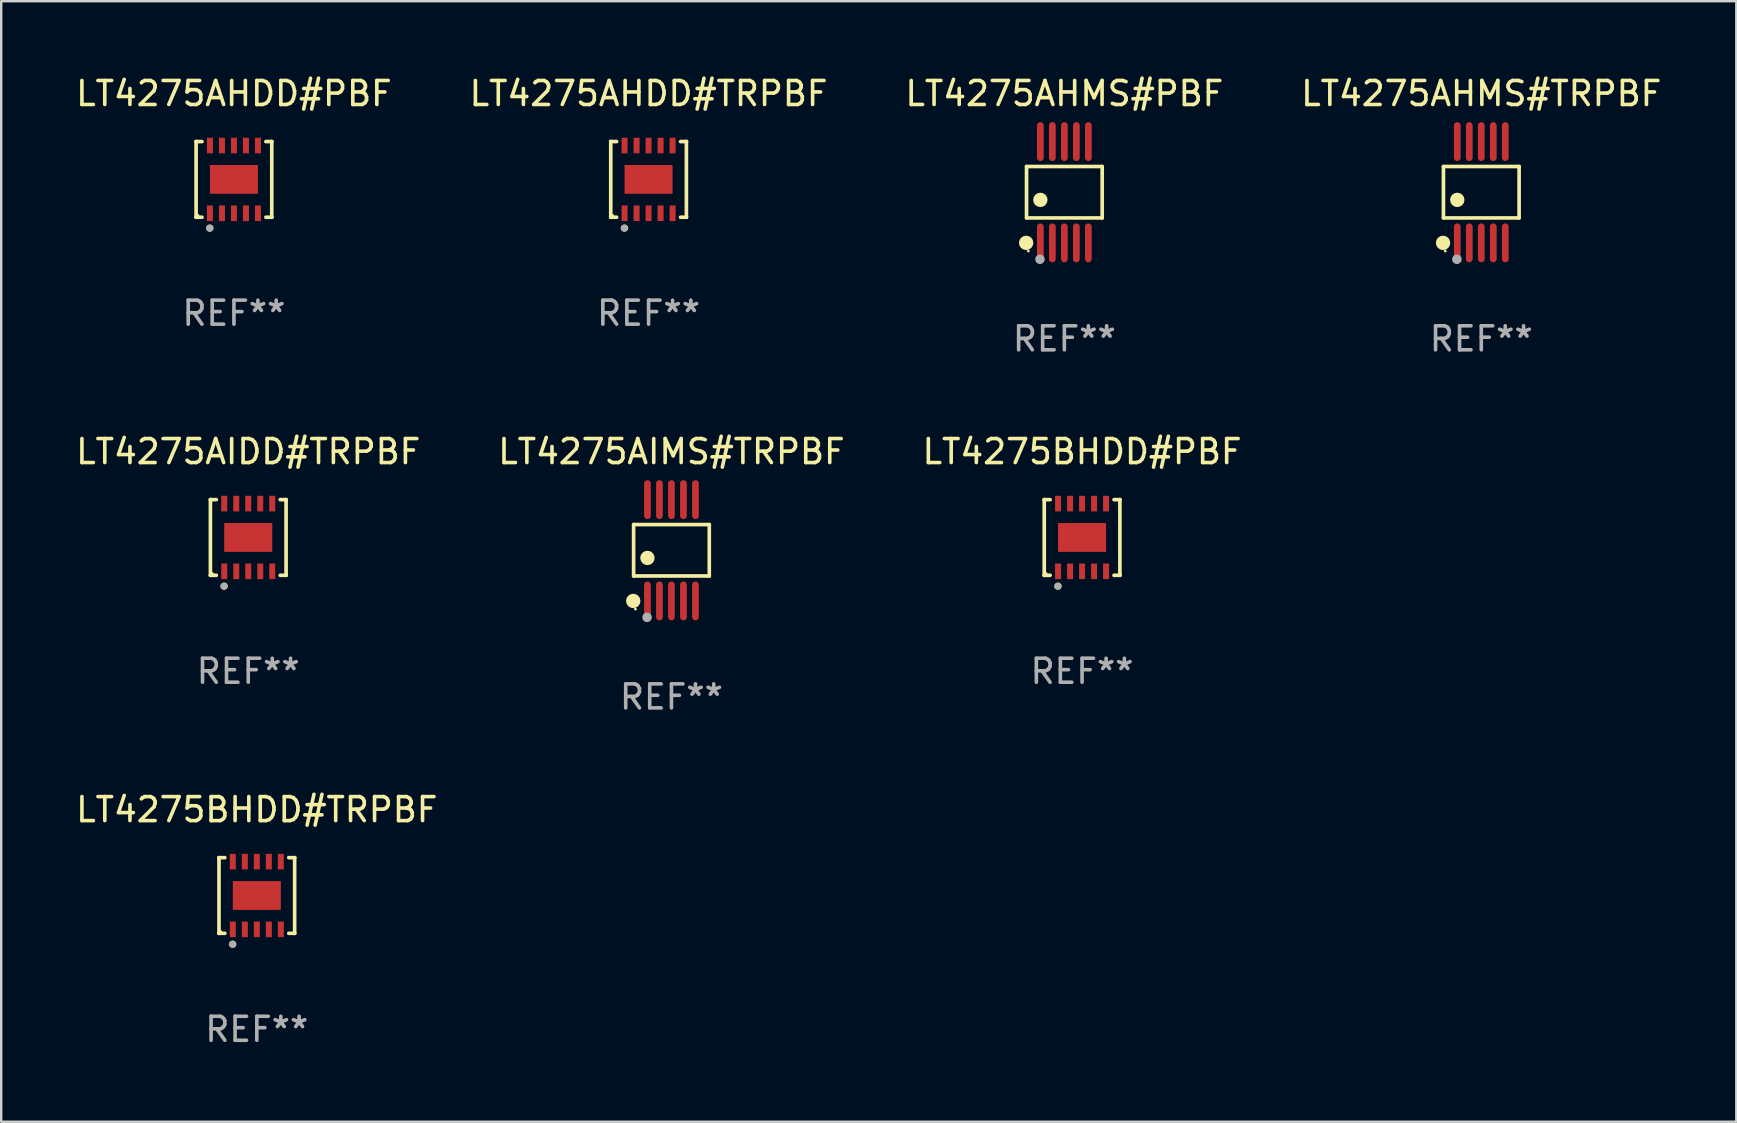
<source format=kicad_pcb>
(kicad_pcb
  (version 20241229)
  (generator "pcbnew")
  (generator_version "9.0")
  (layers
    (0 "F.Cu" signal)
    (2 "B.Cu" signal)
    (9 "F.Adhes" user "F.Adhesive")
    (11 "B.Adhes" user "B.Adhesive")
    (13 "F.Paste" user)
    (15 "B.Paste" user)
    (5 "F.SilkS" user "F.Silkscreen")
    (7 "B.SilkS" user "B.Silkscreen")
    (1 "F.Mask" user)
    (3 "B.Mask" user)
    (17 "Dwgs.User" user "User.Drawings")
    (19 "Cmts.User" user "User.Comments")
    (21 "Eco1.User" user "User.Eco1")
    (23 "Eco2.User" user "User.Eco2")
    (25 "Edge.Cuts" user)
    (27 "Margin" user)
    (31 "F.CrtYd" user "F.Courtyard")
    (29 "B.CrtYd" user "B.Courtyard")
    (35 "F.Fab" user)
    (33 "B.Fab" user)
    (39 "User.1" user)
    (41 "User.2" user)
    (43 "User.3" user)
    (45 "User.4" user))
  (footprint "LT4275AHMS#TRPBF"
    (layer "F.Cu")
    (at 58.661 4.958)
    (property "Reference" "LT4275AHMS#TRPBF" (at 0 -4.11 0) (layer "F.SilkS") (effects (font (size 1 1) (thickness 0.15))))
    (attr through_hole)
    (fp_line (start -1.576 -1.071) (end 1.576 -1.071) (stroke (width 0.152) (type solid)) (layer "F.SilkS"))
    (fp_line (start -1.576 1.071) (end -1.576 -1.071) (stroke (width 0.152) (type solid)) (layer "F.SilkS"))
    (fp_line (start 1.576 -1.071) (end 1.576 1.071) (stroke (width 0.152) (type solid)) (layer "F.SilkS"))
    (fp_line (start 1.576 1.071) (end -1.576 1.071) (stroke (width 0.152) (type solid)) (layer "F.SilkS"))
    (fp_circle (center -1.592 2.11) (end -1.442 2.11) (stroke (width 0.3) (type solid)) (fill no) (layer "F.SilkS"))
    (fp_circle (center -1.5 2.45) (end -1.47 2.45) (stroke (width 0.06) (type solid)) (fill no) (layer "F.SilkS"))
    (fp_circle (center -1 0.319) (end -0.85 0.319) (stroke (width 0.3) (type solid)) (fill no) (layer "F.SilkS"))
    (fp_circle (center -1.016 2.794) (end -0.916 2.794) (stroke (width 0.2) (type solid)) (fill no) (layer "F.Fab"))
    (fp_text user "REF**" (at 0 6.11 0) (layer "F.Fab") (effects (font (size 1 1) (thickness 0.15))))
    (pad "1" smd oval (at -1 2.11) (size 0.28 1.62) (layers "F.Cu" "F.Mask" "F.Paste"))
    (pad "2" smd oval (at -0.5 2.11) (size 0.28 1.62) (layers "F.Cu" "F.Mask" "F.Paste"))
    (pad "3" smd oval (at 0 2.11) (size 0.28 1.62) (layers "F.Cu" "F.Mask" "F.Paste"))
    (pad "4" smd oval (at 0.5 2.11) (size 0.28 1.62) (layers "F.Cu" "F.Mask" "F.Paste"))
    (pad "5" smd oval (at 1 2.11) (size 0.28 1.62) (layers "F.Cu" "F.Mask" "F.Paste"))
    (pad "6" smd oval (at 1 -2.11) (size 0.28 1.62) (layers "F.Cu" "F.Mask" "F.Paste"))
    (pad "7" smd oval (at 0.5 -2.11) (size 0.28 1.62) (layers "F.Cu" "F.Mask" "F.Paste"))
    (pad "8" smd oval (at 0 -2.11) (size 0.28 1.62) (layers "F.Cu" "F.Mask" "F.Paste"))
    (pad "9" smd oval (at -0.5 -2.11) (size 0.28 1.62) (layers "F.Cu" "F.Mask" "F.Paste"))
    (pad "10" smd oval (at -1 -2.11) (size 0.28 1.62) (layers "F.Cu" "F.Mask" "F.Paste")))
  (footprint "LT4275AIDD#TRPBF"
    (layer "F.Cu")
    (at 7.292 19.341)
    (property "Reference" "LT4275AIDD#TRPBF" (at 0 -3.576 0) (layer "F.SilkS") (effects (font (size 1 1) (thickness 0.15))))
    (attr through_hole)
    (fp_line (start -1.576 -1.576) (end -1.576 -1.576) (stroke (width 0.152) (type solid)) (layer "F.SilkS"))
    (fp_line (start -1.576 -1.576) (end -1.331 -1.576) (stroke (width 0.152) (type solid)) (layer "F.SilkS"))
    (fp_line (start -1.576 1.576) (end -1.576 -1.576) (stroke (width 0.152) (type solid)) (layer "F.SilkS"))
    (fp_line (start -1.576 1.576) (end -1.576 1.576) (stroke (width 0.152) (type solid)) (layer "F.SilkS"))
    (fp_line (start -1.331 1.576) (end -1.576 1.576) (stroke (width 0.152) (type solid)) (layer "F.SilkS"))
    (fp_line (start 1.331 1.576) (end 1.576 1.576) (stroke (width 0.152) (type solid)) (layer "F.SilkS"))
    (fp_line (start 1.576 -1.576) (end 1.331 -1.576) (stroke (width 0.152) (type solid)) (layer "F.SilkS"))
    (fp_line (start 1.576 -1.576) (end 1.576 -1.576) (stroke (width 0.152) (type solid)) (layer "F.SilkS"))
    (fp_line (start 1.576 1.576) (end 1.576 -1.576) (stroke (width 0.152) (type solid)) (layer "F.SilkS"))
    (fp_line (start 1.576 1.576) (end 1.576 1.576) (stroke (width 0.152) (type solid)) (layer "F.SilkS"))
    (fp_circle (center -1.5 1.5) (end -1.47 1.5) (stroke (width 0.06) (type solid)) (fill no) (layer "F.SilkS"))
    (fp_circle (center -1 2.028) (end -0.925 2.028) (stroke (width 0.15) (type solid)) (fill no) (layer "F.SilkS"))
    (fp_circle (center -1.016 2.032) (end -0.941 2.032) (stroke (width 0.15) (type solid)) (fill no) (layer "F.Fab"))
    (fp_text user "REF**" (at 0 5.576 0) (layer "F.Fab") (effects (font (size 1 1) (thickness 0.15))))
    (pad "1" smd rect (at -1 1.411) (size 0.25 0.65) (layers "F.Cu" "F.Mask" "F.Paste"))
    (pad "2" smd rect (at -0.5 1.411) (size 0.25 0.65) (layers "F.Cu" "F.Mask" "F.Paste"))
    (pad "3" smd rect (at 0 1.411) (size 0.25 0.65) (layers "F.Cu" "F.Mask" "F.Paste"))
    (pad "4" smd rect (at 0.5 1.411) (size 0.25 0.65) (layers "F.Cu" "F.Mask" "F.Paste"))
    (pad "5" smd rect (at 1 1.411) (size 0.25 0.65) (layers "F.Cu" "F.Mask" "F.Paste"))
    (pad "6" smd rect (at 1 -1.411) (size 0.25 0.65) (layers "F.Cu" "F.Mask" "F.Paste"))
    (pad "7" smd rect (at 0.5 -1.411) (size 0.25 0.65) (layers "F.Cu" "F.Mask" "F.Paste"))
    (pad "8" smd rect (at 0 -1.411) (size 0.25 0.65) (layers "F.Cu" "F.Mask" "F.Paste"))
    (pad "9" smd rect (at -0.5 -1.411) (size 0.25 0.65) (layers "F.Cu" "F.Mask" "F.Paste"))
    (pad "10" smd rect (at -1 -1.411) (size 0.25 0.65) (layers "F.Cu" "F.Mask" "F.Paste"))
    (pad "11" smd rect (at 0 0) (size 2 1.2) (layers "F.Cu" "F.Mask" "F.Paste")))
  (footprint "LT4275BHDD#PBF"
    (layer "F.Cu")
    (at 42.03 19.341)
    (property "Reference" "LT4275BHDD#PBF" (at 0 -3.576 0) (layer "F.SilkS") (effects (font (size 1 1) (thickness 0.15))))
    (attr through_hole)
    (fp_line (start -1.576 -1.576) (end -1.576 -1.576) (stroke (width 0.152) (type solid)) (layer "F.SilkS"))
    (fp_line (start -1.576 -1.576) (end -1.331 -1.576) (stroke (width 0.152) (type solid)) (layer "F.SilkS"))
    (fp_line (start -1.576 1.576) (end -1.576 -1.576) (stroke (width 0.152) (type solid)) (layer "F.SilkS"))
    (fp_line (start -1.576 1.576) (end -1.576 1.576) (stroke (width 0.152) (type solid)) (layer "F.SilkS"))
    (fp_line (start -1.331 1.576) (end -1.576 1.576) (stroke (width 0.152) (type solid)) (layer "F.SilkS"))
    (fp_line (start 1.331 1.576) (end 1.576 1.576) (stroke (width 0.152) (type solid)) (layer "F.SilkS"))
    (fp_line (start 1.576 -1.576) (end 1.331 -1.576) (stroke (width 0.152) (type solid)) (layer "F.SilkS"))
    (fp_line (start 1.576 -1.576) (end 1.576 -1.576) (stroke (width 0.152) (type solid)) (layer "F.SilkS"))
    (fp_line (start 1.576 1.576) (end 1.576 -1.576) (stroke (width 0.152) (type solid)) (layer "F.SilkS"))
    (fp_line (start 1.576 1.576) (end 1.576 1.576) (stroke (width 0.152) (type solid)) (layer "F.SilkS"))
    (fp_circle (center -1.5 1.5) (end -1.47 1.5) (stroke (width 0.06) (type solid)) (fill no) (layer "F.SilkS"))
    (fp_circle (center -1 2.028) (end -0.925 2.028) (stroke (width 0.15) (type solid)) (fill no) (layer "F.SilkS"))
    (fp_circle (center -1.016 2.032) (end -0.941 2.032) (stroke (width 0.15) (type solid)) (fill no) (layer "F.Fab"))
    (fp_text user "REF**" (at 0 5.576 0) (layer "F.Fab") (effects (font (size 1 1) (thickness 0.15))))
    (pad "1" smd rect (at -1 1.411) (size 0.25 0.65) (layers "F.Cu" "F.Mask" "F.Paste"))
    (pad "2" smd rect (at -0.5 1.411) (size 0.25 0.65) (layers "F.Cu" "F.Mask" "F.Paste"))
    (pad "3" smd rect (at 0 1.411) (size 0.25 0.65) (layers "F.Cu" "F.Mask" "F.Paste"))
    (pad "4" smd rect (at 0.5 1.411) (size 0.25 0.65) (layers "F.Cu" "F.Mask" "F.Paste"))
    (pad "5" smd rect (at 1 1.411) (size 0.25 0.65) (layers "F.Cu" "F.Mask" "F.Paste"))
    (pad "6" smd rect (at 1 -1.411) (size 0.25 0.65) (layers "F.Cu" "F.Mask" "F.Paste"))
    (pad "7" smd rect (at 0.5 -1.411) (size 0.25 0.65) (layers "F.Cu" "F.Mask" "F.Paste"))
    (pad "8" smd rect (at 0 -1.411) (size 0.25 0.65) (layers "F.Cu" "F.Mask" "F.Paste"))
    (pad "9" smd rect (at -0.5 -1.411) (size 0.25 0.65) (layers "F.Cu" "F.Mask" "F.Paste"))
    (pad "10" smd rect (at -1 -1.411) (size 0.25 0.65) (layers "F.Cu" "F.Mask" "F.Paste"))
    (pad "11" smd rect (at 0 0) (size 2 1.2) (layers "F.Cu" "F.Mask" "F.Paste")))
  (footprint "LT4275AHDD#TRPBF"
    (layer "F.Cu")
    (at 23.97 4.424)
    (property "Reference" "LT4275AHDD#TRPBF" (at 0 -3.576 0) (layer "F.SilkS") (effects (font (size 1 1) (thickness 0.15))))
    (attr through_hole)
    (fp_line (start -1.576 -1.576) (end -1.576 -1.576) (stroke (width 0.152) (type solid)) (layer "F.SilkS"))
    (fp_line (start -1.576 -1.576) (end -1.331 -1.576) (stroke (width 0.152) (type solid)) (layer "F.SilkS"))
    (fp_line (start -1.576 1.576) (end -1.576 -1.576) (stroke (width 0.152) (type solid)) (layer "F.SilkS"))
    (fp_line (start -1.576 1.576) (end -1.576 1.576) (stroke (width 0.152) (type solid)) (layer "F.SilkS"))
    (fp_line (start -1.331 1.576) (end -1.576 1.576) (stroke (width 0.152) (type solid)) (layer "F.SilkS"))
    (fp_line (start 1.331 1.576) (end 1.576 1.576) (stroke (width 0.152) (type solid)) (layer "F.SilkS"))
    (fp_line (start 1.576 -1.576) (end 1.331 -1.576) (stroke (width 0.152) (type solid)) (layer "F.SilkS"))
    (fp_line (start 1.576 -1.576) (end 1.576 -1.576) (stroke (width 0.152) (type solid)) (layer "F.SilkS"))
    (fp_line (start 1.576 1.576) (end 1.576 -1.576) (stroke (width 0.152) (type solid)) (layer "F.SilkS"))
    (fp_line (start 1.576 1.576) (end 1.576 1.576) (stroke (width 0.152) (type solid)) (layer "F.SilkS"))
    (fp_circle (center -1.5 1.5) (end -1.47 1.5) (stroke (width 0.06) (type solid)) (fill no) (layer "F.SilkS"))
    (fp_circle (center -1 2.028) (end -0.925 2.028) (stroke (width 0.15) (type solid)) (fill no) (layer "F.SilkS"))
    (fp_circle (center -1.016 2.032) (end -0.941 2.032) (stroke (width 0.15) (type solid)) (fill no) (layer "F.Fab"))
    (fp_text user "REF**" (at 0 5.576 0) (layer "F.Fab") (effects (font (size 1 1) (thickness 0.15))))
    (pad "1" smd rect (at -1 1.411) (size 0.25 0.65) (layers "F.Cu" "F.Mask" "F.Paste"))
    (pad "2" smd rect (at -0.5 1.411) (size 0.25 0.65) (layers "F.Cu" "F.Mask" "F.Paste"))
    (pad "3" smd rect (at 0 1.411) (size 0.25 0.65) (layers "F.Cu" "F.Mask" "F.Paste"))
    (pad "4" smd rect (at 0.5 1.411) (size 0.25 0.65) (layers "F.Cu" "F.Mask" "F.Paste"))
    (pad "5" smd rect (at 1 1.411) (size 0.25 0.65) (layers "F.Cu" "F.Mask" "F.Paste"))
    (pad "6" smd rect (at 1 -1.411) (size 0.25 0.65) (layers "F.Cu" "F.Mask" "F.Paste"))
    (pad "7" smd rect (at 0.5 -1.411) (size 0.25 0.65) (layers "F.Cu" "F.Mask" "F.Paste"))
    (pad "8" smd rect (at 0 -1.411) (size 0.25 0.65) (layers "F.Cu" "F.Mask" "F.Paste"))
    (pad "9" smd rect (at -0.5 -1.411) (size 0.25 0.65) (layers "F.Cu" "F.Mask" "F.Paste"))
    (pad "10" smd rect (at -1 -1.411) (size 0.25 0.65) (layers "F.Cu" "F.Mask" "F.Paste"))
    (pad "11" smd rect (at 0 0) (size 2 1.2) (layers "F.Cu" "F.Mask" "F.Paste")))
  (footprint "LT4275AHMS#PBF"
    (layer "F.Cu")
    (at 41.292 4.958)
    (property "Reference" "LT4275AHMS#PBF" (at 0 -4.11 0) (layer "F.SilkS") (effects (font (size 1 1) (thickness 0.15))))
    (attr through_hole)
    (fp_line (start -1.576 -1.071) (end 1.576 -1.071) (stroke (width 0.152) (type solid)) (layer "F.SilkS"))
    (fp_line (start -1.576 1.071) (end -1.576 -1.071) (stroke (width 0.152) (type solid)) (layer "F.SilkS"))
    (fp_line (start 1.576 -1.071) (end 1.576 1.071) (stroke (width 0.152) (type solid)) (layer "F.SilkS"))
    (fp_line (start 1.576 1.071) (end -1.576 1.071) (stroke (width 0.152) (type solid)) (layer "F.SilkS"))
    (fp_circle (center -1.592 2.11) (end -1.442 2.11) (stroke (width 0.3) (type solid)) (fill no) (layer "F.SilkS"))
    (fp_circle (center -1.5 2.45) (end -1.47 2.45) (stroke (width 0.06) (type solid)) (fill no) (layer "F.SilkS"))
    (fp_circle (center -1 0.319) (end -0.85 0.319) (stroke (width 0.3) (type solid)) (fill no) (layer "F.SilkS"))
    (fp_circle (center -1.016 2.794) (end -0.916 2.794) (stroke (width 0.2) (type solid)) (fill no) (layer "F.Fab"))
    (fp_text user "REF**" (at 0 6.11 0) (layer "F.Fab") (effects (font (size 1 1) (thickness 0.15))))
    (pad "1" smd oval (at -1 2.11) (size 0.28 1.62) (layers "F.Cu" "F.Mask" "F.Paste"))
    (pad "2" smd oval (at -0.5 2.11) (size 0.28 1.62) (layers "F.Cu" "F.Mask" "F.Paste"))
    (pad "3" smd oval (at 0 2.11) (size 0.28 1.62) (layers "F.Cu" "F.Mask" "F.Paste"))
    (pad "4" smd oval (at 0.5 2.11) (size 0.28 1.62) (layers "F.Cu" "F.Mask" "F.Paste"))
    (pad "5" smd oval (at 1 2.11) (size 0.28 1.62) (layers "F.Cu" "F.Mask" "F.Paste"))
    (pad "6" smd oval (at 1 -2.11) (size 0.28 1.62) (layers "F.Cu" "F.Mask" "F.Paste"))
    (pad "7" smd oval (at 0.5 -2.11) (size 0.28 1.62) (layers "F.Cu" "F.Mask" "F.Paste"))
    (pad "8" smd oval (at 0 -2.11) (size 0.28 1.62) (layers "F.Cu" "F.Mask" "F.Paste"))
    (pad "9" smd oval (at -0.5 -2.11) (size 0.28 1.62) (layers "F.Cu" "F.Mask" "F.Paste"))
    (pad "10" smd oval (at -1 -2.11) (size 0.28 1.62) (layers "F.Cu" "F.Mask" "F.Paste")))
  (footprint "LT4275AHDD#PBF"
    (layer "F.Cu")
    (at 6.696 4.424)
    (property "Reference" "LT4275AHDD#PBF" (at 0 -3.576 0) (layer "F.SilkS") (effects (font (size 1 1) (thickness 0.15))))
    (attr through_hole)
    (fp_line (start -1.576 -1.576) (end -1.576 -1.576) (stroke (width 0.152) (type solid)) (layer "F.SilkS"))
    (fp_line (start -1.576 -1.576) (end -1.331 -1.576) (stroke (width 0.152) (type solid)) (layer "F.SilkS"))
    (fp_line (start -1.576 1.576) (end -1.576 -1.576) (stroke (width 0.152) (type solid)) (layer "F.SilkS"))
    (fp_line (start -1.576 1.576) (end -1.576 1.576) (stroke (width 0.152) (type solid)) (layer "F.SilkS"))
    (fp_line (start -1.331 1.576) (end -1.576 1.576) (stroke (width 0.152) (type solid)) (layer "F.SilkS"))
    (fp_line (start 1.331 1.576) (end 1.576 1.576) (stroke (width 0.152) (type solid)) (layer "F.SilkS"))
    (fp_line (start 1.576 -1.576) (end 1.331 -1.576) (stroke (width 0.152) (type solid)) (layer "F.SilkS"))
    (fp_line (start 1.576 -1.576) (end 1.576 -1.576) (stroke (width 0.152) (type solid)) (layer "F.SilkS"))
    (fp_line (start 1.576 1.576) (end 1.576 -1.576) (stroke (width 0.152) (type solid)) (layer "F.SilkS"))
    (fp_line (start 1.576 1.576) (end 1.576 1.576) (stroke (width 0.152) (type solid)) (layer "F.SilkS"))
    (fp_circle (center -1.5 1.5) (end -1.47 1.5) (stroke (width 0.06) (type solid)) (fill no) (layer "F.SilkS"))
    (fp_circle (center -1 2.028) (end -0.925 2.028) (stroke (width 0.15) (type solid)) (fill no) (layer "F.SilkS"))
    (fp_circle (center -1.016 2.032) (end -0.941 2.032) (stroke (width 0.15) (type solid)) (fill no) (layer "F.Fab"))
    (fp_text user "REF**" (at 0 5.576 0) (layer "F.Fab") (effects (font (size 1 1) (thickness 0.15))))
    (pad "1" smd rect (at -1 1.411) (size 0.25 0.65) (layers "F.Cu" "F.Mask" "F.Paste"))
    (pad "2" smd rect (at -0.5 1.411) (size 0.25 0.65) (layers "F.Cu" "F.Mask" "F.Paste"))
    (pad "3" smd rect (at 0 1.411) (size 0.25 0.65) (layers "F.Cu" "F.Mask" "F.Paste"))
    (pad "4" smd rect (at 0.5 1.411) (size 0.25 0.65) (layers "F.Cu" "F.Mask" "F.Paste"))
    (pad "5" smd rect (at 1 1.411) (size 0.25 0.65) (layers "F.Cu" "F.Mask" "F.Paste"))
    (pad "6" smd rect (at 1 -1.411) (size 0.25 0.65) (layers "F.Cu" "F.Mask" "F.Paste"))
    (pad "7" smd rect (at 0.5 -1.411) (size 0.25 0.65) (layers "F.Cu" "F.Mask" "F.Paste"))
    (pad "8" smd rect (at 0 -1.411) (size 0.25 0.65) (layers "F.Cu" "F.Mask" "F.Paste"))
    (pad "9" smd rect (at -0.5 -1.411) (size 0.25 0.65) (layers "F.Cu" "F.Mask" "F.Paste"))
    (pad "10" smd rect (at -1 -1.411) (size 0.25 0.65) (layers "F.Cu" "F.Mask" "F.Paste"))
    (pad "11" smd rect (at 0 0) (size 2 1.2) (layers "F.Cu" "F.Mask" "F.Paste")))
  (footprint "LT4275BHDD#TRPBF"
    (layer "F.Cu")
    (at 7.649 34.257)
    (property "Reference" "LT4275BHDD#TRPBF" (at 0 -3.576 0) (layer "F.SilkS") (effects (font (size 1 1) (thickness 0.15))))
    (attr through_hole)
    (fp_line (start -1.576 -1.576) (end -1.576 -1.576) (stroke (width 0.152) (type solid)) (layer "F.SilkS"))
    (fp_line (start -1.576 -1.576) (end -1.331 -1.576) (stroke (width 0.152) (type solid)) (layer "F.SilkS"))
    (fp_line (start -1.576 1.576) (end -1.576 -1.576) (stroke (width 0.152) (type solid)) (layer "F.SilkS"))
    (fp_line (start -1.576 1.576) (end -1.576 1.576) (stroke (width 0.152) (type solid)) (layer "F.SilkS"))
    (fp_line (start -1.331 1.576) (end -1.576 1.576) (stroke (width 0.152) (type solid)) (layer "F.SilkS"))
    (fp_line (start 1.331 1.576) (end 1.576 1.576) (stroke (width 0.152) (type solid)) (layer "F.SilkS"))
    (fp_line (start 1.576 -1.576) (end 1.331 -1.576) (stroke (width 0.152) (type solid)) (layer "F.SilkS"))
    (fp_line (start 1.576 -1.576) (end 1.576 -1.576) (stroke (width 0.152) (type solid)) (layer "F.SilkS"))
    (fp_line (start 1.576 1.576) (end 1.576 -1.576) (stroke (width 0.152) (type solid)) (layer "F.SilkS"))
    (fp_line (start 1.576 1.576) (end 1.576 1.576) (stroke (width 0.152) (type solid)) (layer "F.SilkS"))
    (fp_circle (center -1.5 1.5) (end -1.47 1.5) (stroke (width 0.06) (type solid)) (fill no) (layer "F.SilkS"))
    (fp_circle (center -1 2.028) (end -0.925 2.028) (stroke (width 0.15) (type solid)) (fill no) (layer "F.SilkS"))
    (fp_circle (center -1.016 2.032) (end -0.941 2.032) (stroke (width 0.15) (type solid)) (fill no) (layer "F.Fab"))
    (fp_text user "REF**" (at 0 5.576 0) (layer "F.Fab") (effects (font (size 1 1) (thickness 0.15))))
    (pad "1" smd rect (at -1 1.411) (size 0.25 0.65) (layers "F.Cu" "F.Mask" "F.Paste"))
    (pad "2" smd rect (at -0.5 1.411) (size 0.25 0.65) (layers "F.Cu" "F.Mask" "F.Paste"))
    (pad "3" smd rect (at 0 1.411) (size 0.25 0.65) (layers "F.Cu" "F.Mask" "F.Paste"))
    (pad "4" smd rect (at 0.5 1.411) (size 0.25 0.65) (layers "F.Cu" "F.Mask" "F.Paste"))
    (pad "5" smd rect (at 1 1.411) (size 0.25 0.65) (layers "F.Cu" "F.Mask" "F.Paste"))
    (pad "6" smd rect (at 1 -1.411) (size 0.25 0.65) (layers "F.Cu" "F.Mask" "F.Paste"))
    (pad "7" smd rect (at 0.5 -1.411) (size 0.25 0.65) (layers "F.Cu" "F.Mask" "F.Paste"))
    (pad "8" smd rect (at 0 -1.411) (size 0.25 0.65) (layers "F.Cu" "F.Mask" "F.Paste"))
    (pad "9" smd rect (at -0.5 -1.411) (size 0.25 0.65) (layers "F.Cu" "F.Mask" "F.Paste"))
    (pad "10" smd rect (at -1 -1.411) (size 0.25 0.65) (layers "F.Cu" "F.Mask" "F.Paste"))
    (pad "11" smd rect (at 0 0) (size 2 1.2) (layers "F.Cu" "F.Mask" "F.Paste")))
  (footprint "LT4275AIMS#TRPBF"
    (layer "F.Cu")
    (at 24.923 19.875)
    (property "Reference" "LT4275AIMS#TRPBF" (at 0 -4.11 0) (layer "F.SilkS") (effects (font (size 1 1) (thickness 0.15))))
    (attr through_hole)
    (fp_line (start -1.576 -1.071) (end 1.576 -1.071) (stroke (width 0.152) (type solid)) (layer "F.SilkS"))
    (fp_line (start -1.576 1.071) (end -1.576 -1.071) (stroke (width 0.152) (type solid)) (layer "F.SilkS"))
    (fp_line (start 1.576 -1.071) (end 1.576 1.071) (stroke (width 0.152) (type solid)) (layer "F.SilkS"))
    (fp_line (start 1.576 1.071) (end -1.576 1.071) (stroke (width 0.152) (type solid)) (layer "F.SilkS"))
    (fp_circle (center -1.592 2.11) (end -1.442 2.11) (stroke (width 0.3) (type solid)) (fill no) (layer "F.SilkS"))
    (fp_circle (center -1.5 2.45) (end -1.47 2.45) (stroke (width 0.06) (type solid)) (fill no) (layer "F.SilkS"))
    (fp_circle (center -1 0.319) (end -0.85 0.319) (stroke (width 0.3) (type solid)) (fill no) (layer "F.SilkS"))
    (fp_circle (center -1.016 2.794) (end -0.916 2.794) (stroke (width 0.2) (type solid)) (fill no) (layer "F.Fab"))
    (fp_text user "REF**" (at 0 6.11 0) (layer "F.Fab") (effects (font (size 1 1) (thickness 0.15))))
    (pad "1" smd oval (at -1 2.11) (size 0.28 1.62) (layers "F.Cu" "F.Mask" "F.Paste"))
    (pad "2" smd oval (at -0.5 2.11) (size 0.28 1.62) (layers "F.Cu" "F.Mask" "F.Paste"))
    (pad "3" smd oval (at 0 2.11) (size 0.28 1.62) (layers "F.Cu" "F.Mask" "F.Paste"))
    (pad "4" smd oval (at 0.5 2.11) (size 0.28 1.62) (layers "F.Cu" "F.Mask" "F.Paste"))
    (pad "5" smd oval (at 1 2.11) (size 0.28 1.62) (layers "F.Cu" "F.Mask" "F.Paste"))
    (pad "6" smd oval (at 1 -2.11) (size 0.28 1.62) (layers "F.Cu" "F.Mask" "F.Paste"))
    (pad "7" smd oval (at 0.5 -2.11) (size 0.28 1.62) (layers "F.Cu" "F.Mask" "F.Paste"))
    (pad "8" smd oval (at 0 -2.11) (size 0.28 1.62) (layers "F.Cu" "F.Mask" "F.Paste"))
    (pad "9" smd oval (at -0.5 -2.11) (size 0.28 1.62) (layers "F.Cu" "F.Mask" "F.Paste"))
    (pad "10" smd oval (at -1 -2.11) (size 0.28 1.62) (layers "F.Cu" "F.Mask" "F.Paste")))
  (gr_rect
    (start -3 -3)
    (end 69.286 43.682)
    (stroke (width 0.1) (type default))
    (fill no)
    (layer "Edge.Cuts")))
</source>
